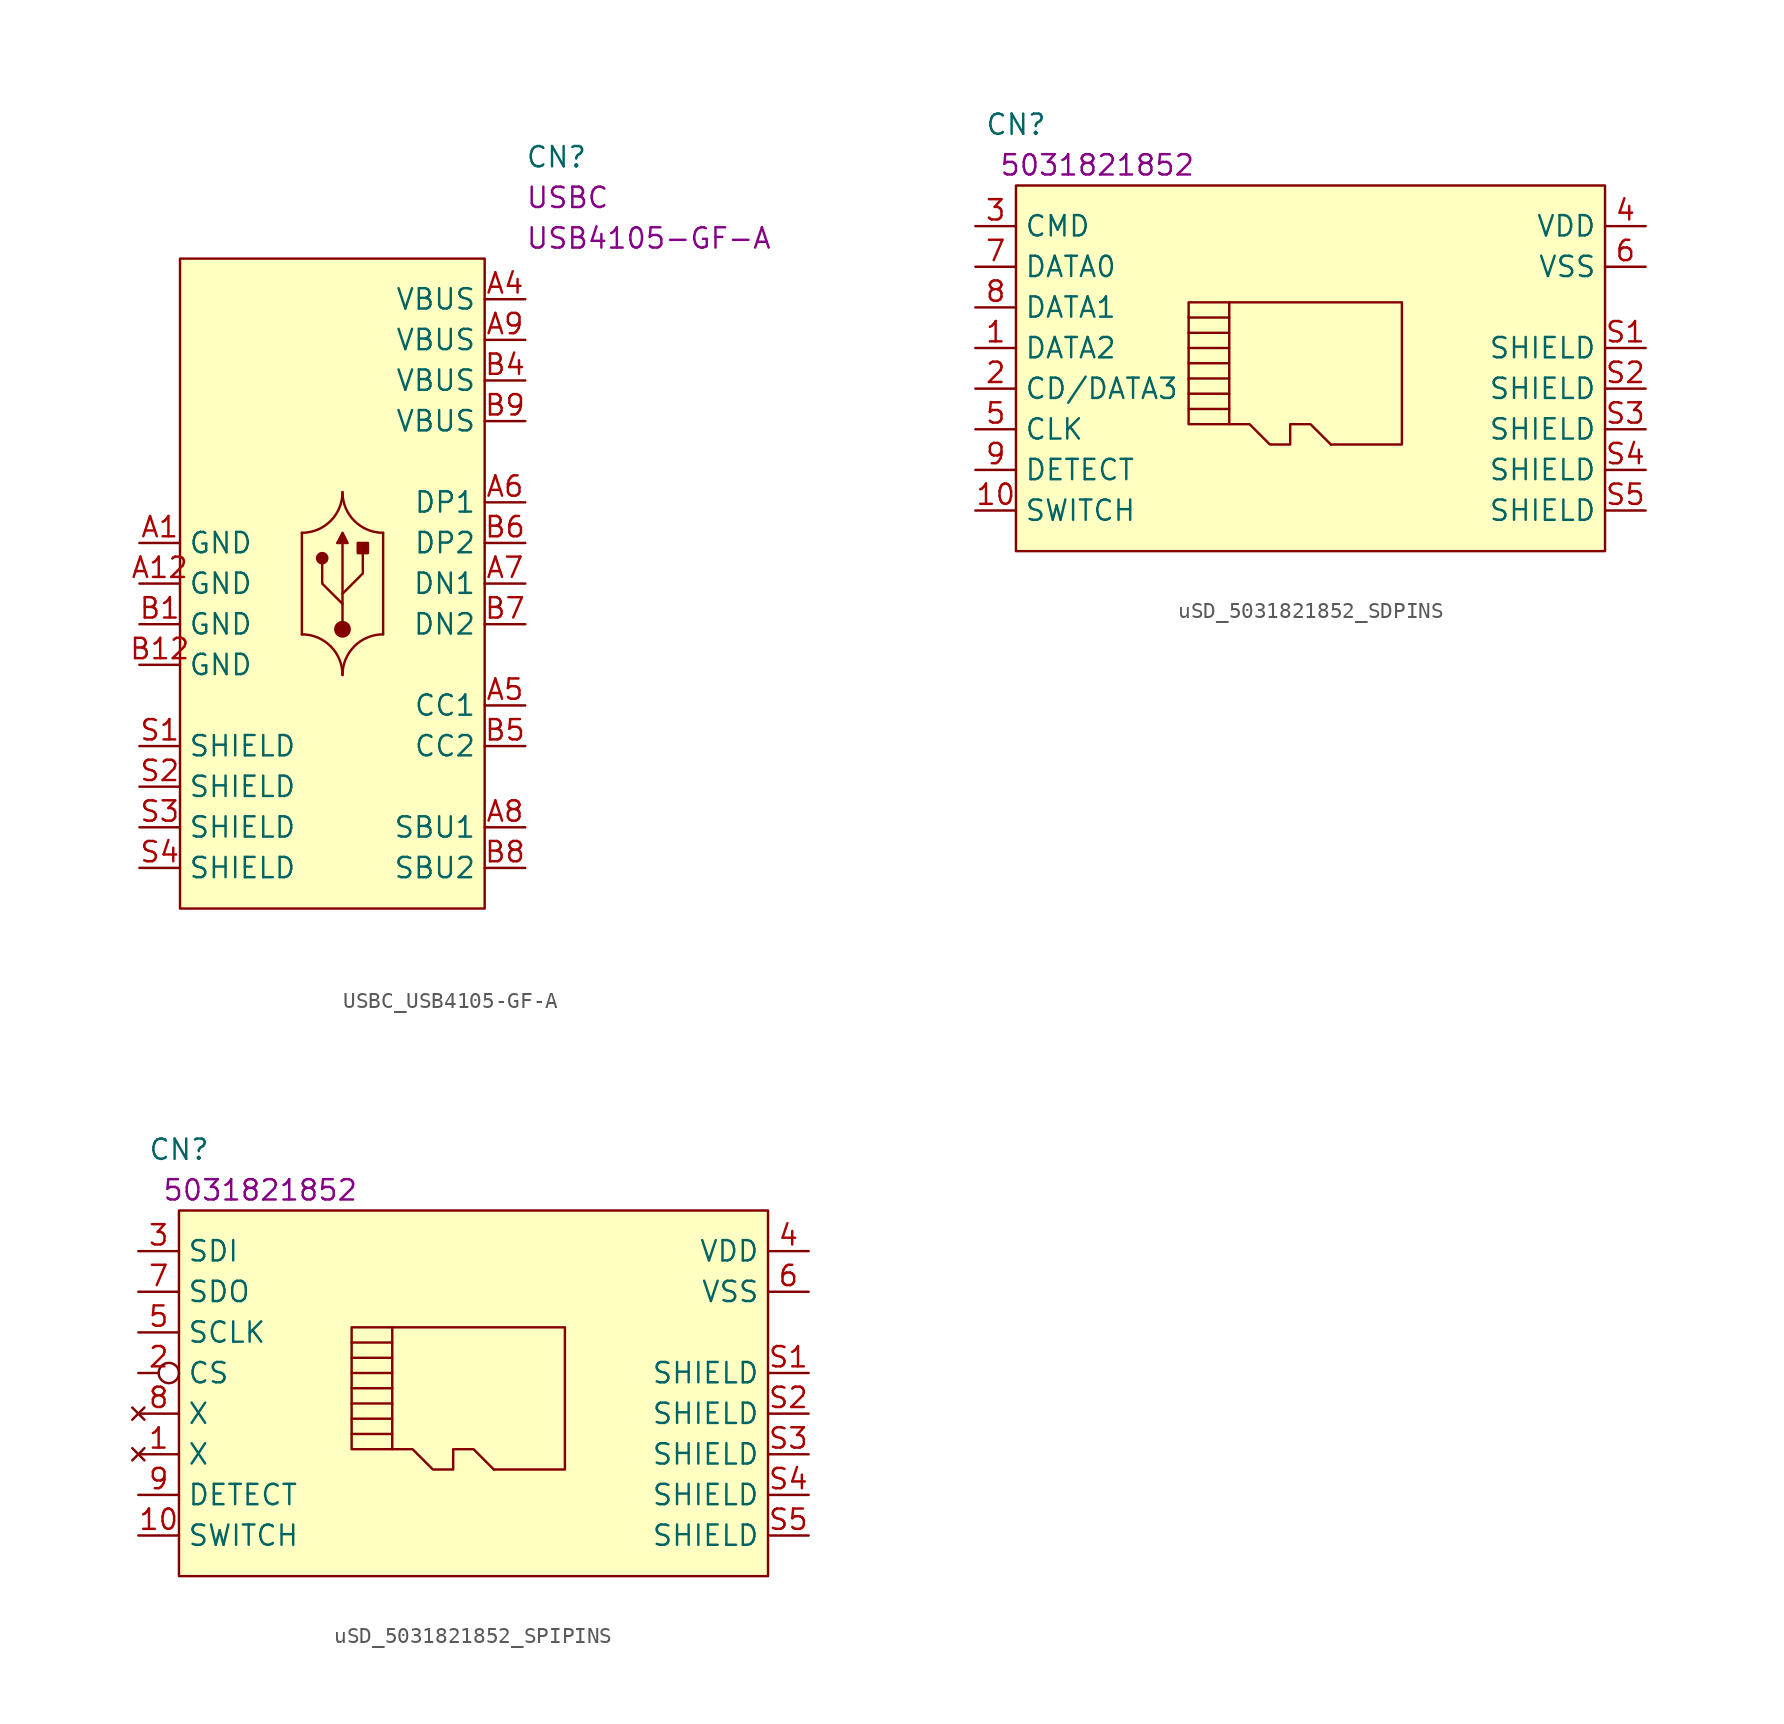
<source format=kicad_sym>
(kicad_symbol_lib
  (version 20211014)
  (generator kicad_symbol_editor)
  (symbol "USBC_USB4105-GF-A"
    (property "Reference" "CN"
      (at 0 8.89 0)
      (effects (font (size 1.27 1.27)) (justify left)))
    (property "P/N" "USB4105-GF-A"
      (at 0 3.81 0)
      (effects (font (size 1.27 1.27)) (justify left)))
    (property "Series" "USBC"
      (at 0 6.35 0)
      (effects (font (size 1.27 1.27)) (justify left)))
    (symbol "USBC_USB4105-GF-A_0_0"
      (pin passive line (at -24.13 -15.24 0) (length 2.54) (name "GND" (effects (font (size 1.27 1.27)))) (number "A1" (effects (font (size 1.27 1.27)))) (alternate "B" bidirectional line) (alternate "I" input line) (alternate "NC" no_connect line) (alternate "O" output line) (alternate "PI" power_in line) (alternate "PO" power_out line))
      (pin passive line (at -24.13 -17.78 0) (length 2.54) (name "GND" (effects (font (size 1.27 1.27)))) (number "A12" (effects (font (size 1.27 1.27)))))
      (pin power_out line (at 0 0 180) (length 2.54) (name "VBUS" (effects (font (size 1.27 1.27)))) (number "A4" (effects (font (size 1.27 1.27)))) (alternate "B" bidirectional line) (alternate "I" input line) (alternate "NC" no_connect line) (alternate "O" output line) (alternate "PI" power_in line) (alternate "PO" power_out line))
      (pin passive line (at 0 -25.4 180) (length 2.54) (name "CC1" (effects (font (size 1.27 1.27)))) (number "A5" (effects (font (size 1.27 1.27)))))
      (pin passive line (at 0 -12.7 180) (length 2.54) (name "DP1" (effects (font (size 1.27 1.27)))) (number "A6" (effects (font (size 1.27 1.27)))))
      (pin passive line (at 0 -17.78 180) (length 2.54) (name "DN1" (effects (font (size 1.27 1.27)))) (number "A7" (effects (font (size 1.27 1.27)))))
      (pin passive line (at 0 -33.02 180) (length 2.54) (name "SBU1" (effects (font (size 1.27 1.27)))) (number "A8" (effects (font (size 1.27 1.27)))))
      (pin power_out line (at 0 -2.54 180) (length 2.54) (name "VBUS" (effects (font (size 1.27 1.27)))) (number "A9" (effects (font (size 1.27 1.27)))))
      (pin passive line (at -24.13 -20.32 0) (length 2.54) (name "GND" (effects (font (size 1.27 1.27)))) (number "B1" (effects (font (size 1.27 1.27)))))
      (pin passive line (at -24.13 -22.86 0) (length 2.54) (name "GND" (effects (font (size 1.27 1.27)))) (number "B12" (effects (font (size 1.27 1.27)))))
      (pin power_out line (at 0 -5.08 180) (length 2.54) (name "VBUS" (effects (font (size 1.27 1.27)))) (number "B4" (effects (font (size 1.27 1.27)))))
      (pin passive line (at 0 -27.94 180) (length 2.54) (name "CC2" (effects (font (size 1.27 1.27)))) (number "B5" (effects (font (size 1.27 1.27)))))
      (pin passive line (at 0 -15.24 180) (length 2.54) (name "DP2" (effects (font (size 1.27 1.27)))) (number "B6" (effects (font (size 1.27 1.27)))))
      (pin passive line (at 0 -20.32 180) (length 2.54) (name "DN2" (effects (font (size 1.27 1.27)))) (number "B7" (effects (font (size 1.27 1.27)))))
      (pin passive line (at 0 -35.56 180) (length 2.54) (name "SBU2" (effects (font (size 1.27 1.27)))) (number "B8" (effects (font (size 1.27 1.27)))))
      (pin power_out line (at 0 -7.62 180) (length 2.54) (name "VBUS" (effects (font (size 1.27 1.27)))) (number "B9" (effects (font (size 1.27 1.27)))))
      (pin passive line (at -24.13 -27.94 0) (length 2.54) (name "SHIELD" (effects (font (size 1.27 1.27)))) (number "S1" (effects (font (size 1.27 1.27)))))
      (pin passive line (at -24.13 -30.48 0) (length 2.54) (name "SHIELD" (effects (font (size 1.27 1.27)))) (number "S2" (effects (font (size 1.27 1.27)))))
      (pin passive line (at -24.13 -33.02 0) (length 2.54) (name "SHIELD" (effects (font (size 1.27 1.27)))) (number "S3" (effects (font (size 1.27 1.27)))))
      (pin passive line (at -24.13 -35.56 0) (length 2.54) (name "SHIELD" (effects (font (size 1.27 1.27)))) (number "S4" (effects (font (size 1.27 1.27))))))
    (symbol "USBC_USB4105-GF-A_0_1"
      (rectangle (start -21.59 -38.1) (end -2.54 2.54) (stroke (width 0) (type default) (color 0 0 0 0)) (fill (type background)))
      (arc (start -13.97 -14.605) (mid -9.6339 -16.4011) (end -11.43 -12.065) (stroke (width 0) (type default) (color 0 0 0 0)) (fill (type none)))
      (circle (center -12.7 -16.192) (radius 0.318) (stroke (width 0) (type default) (color 0 0 0 0)) (fill (type outline)))
      (arc (start -11.43 -23.495) (mid -9.6339 -19.1589) (end -13.97 -20.955) (stroke (width 0) (type default) (color 0 0 0 0)) (fill (type none)))
      (circle (center -11.43 -20.637) (radius 0.449) (stroke (width 0) (type default) (color 0 0 0 0)) (fill (type outline)))
      (arc (start -11.43 -12.065) (mid -13.2261 -16.4011) (end -8.89 -14.605) (stroke (width 0) (type default) (color 0 0 0 0)) (fill (type none)))
      (rectangle (start -10.477 -15.24) (end -9.842 -15.875) (stroke (width 0) (type default) (color 0 0 0 0)) (fill (type outline)))
      (arc (start -8.89 -20.955) (mid -13.2261 -19.1589) (end -11.43 -23.495) (stroke (width 0) (type default) (color 0 0 0 0)) (fill (type none)))
      (polyline (pts (xy -13.97 -20.955) (xy -13.97 -14.605)) (stroke (width 0) (type default) (color 0 0 0 0)) (fill (type none)))
      (polyline (pts (xy -11.43 -15.24) (xy -11.748 -15.24)) (stroke (width 0) (type default) (color 0 0 0 0)) (fill (type none)))
      (polyline (pts (xy -11.43 -15.24) (xy -11.43 -20.32)) (stroke (width 0) (type default) (color 0 0 0 0)) (fill (type none)))
      (polyline (pts (xy -8.89 -20.955) (xy -8.89 -14.605)) (stroke (width 0) (type default) (color 0 0 0 0)) (fill (type none)))
      (polyline (pts (xy -11.43 -19.05) (xy -12.7 -17.78) (xy -12.7 -16.51)) (stroke (width 0) (type default) (color 0 0 0 0)) (fill (type none)))
      (polyline (pts (xy -11.43 -18.415) (xy -10.16 -17.145) (xy -10.16 -15.875)) (stroke (width 0) (type default) (color 0 0 0 0)) (fill (type none)))
      (polyline (pts (xy -11.43 -15.24) (xy -11.113 -15.24) (xy -11.43 -14.605) (xy -11.748 -15.24)) (stroke (width 0) (type default) (color 0 0 0 0)) (fill (type outline)))))
  (symbol "uSD_5031821852_SDPINS"
    (property "Reference" "CN"
      (at 2.54 6.35 0)
      (effects (font (size 1.27 1.27))))
    (property "P/N" "5031821852"
      (at 7.62 3.81 0)
      (effects (font (size 1.27 1.27))))
    (symbol "uSD_5031821852_SDPINS_0_0"
      (pin bidirectional line (at 0 -7.62 0) (length 2.54) (name "DATA2" (effects (font (size 1.27 1.27)))) (number "1" (effects (font (size 1.27 1.27)))))
      (pin passive line (at 0 -17.78 0) (length 2.54) (name "SWITCH" (effects (font (size 1.27 1.27)))) (number "10" (effects (font (size 1.27 1.27)))))
      (pin bidirectional line (at 0 -10.16 0) (length 2.54) (name "CD/DATA3" (effects (font (size 1.27 1.27)))) (number "2" (effects (font (size 1.27 1.27)))))
      (pin input line (at 0 0 0) (length 2.54) (name "CMD" (effects (font (size 1.27 1.27)))) (number "3" (effects (font (size 1.27 1.27)))))
      (pin power_in line (at 41.91 0 180) (length 2.54) (name "VDD" (effects (font (size 1.27 1.27)))) (number "4" (effects (font (size 1.27 1.27)))))
      (pin input line (at 0 -12.7 0) (length 2.54) (name "CLK" (effects (font (size 1.27 1.27)))) (number "5" (effects (font (size 1.27 1.27)))))
      (pin power_in line (at 41.91 -2.54 180) (length 2.54) (name "VSS" (effects (font (size 1.27 1.27)))) (number "6" (effects (font (size 1.27 1.27)))))
      (pin bidirectional line (at 0 -2.54 0) (length 2.54) (name "DATA0" (effects (font (size 1.27 1.27)))) (number "7" (effects (font (size 1.27 1.27)))))
      (pin bidirectional line (at 0 -5.08 0) (length 2.54) (name "DATA1" (effects (font (size 1.27 1.27)))) (number "8" (effects (font (size 1.27 1.27)))))
      (pin passive line (at 0 -15.24 0) (length 2.54) (name "DETECT" (effects (font (size 1.27 1.27)))) (number "9" (effects (font (size 1.27 1.27)))))
      (pin passive line (at 41.91 -7.62 180) (length 2.54) (name "SHIELD" (effects (font (size 1.27 1.27)))) (number "S1" (effects (font (size 1.27 1.27)))))
      (pin passive line (at 41.91 -10.16 180) (length 2.54) (name "SHIELD" (effects (font (size 1.27 1.27)))) (number "S2" (effects (font (size 1.27 1.27)))))
      (pin passive line (at 41.91 -12.7 180) (length 2.54) (name "SHIELD" (effects (font (size 1.27 1.27)))) (number "S3" (effects (font (size 1.27 1.27)))))
      (pin passive line (at 41.91 -15.24 180) (length 2.54) (name "SHIELD" (effects (font (size 1.27 1.27)))) (number "S4" (effects (font (size 1.27 1.27)))))
      (pin passive line (at 41.91 -17.78 180) (length 2.54) (name "SHIELD" (effects (font (size 1.27 1.27)))) (number "S5" (effects (font (size 1.27 1.27))))))
    (symbol "uSD_5031821852_SDPINS_0_1"
      (polyline (pts (xy 13.335 -11.43) (xy 15.875 -11.43)) (stroke (width 0) (type default) (color 0 0 0 0)) (fill (type none)))
      (polyline (pts (xy 13.335 -10.477) (xy 15.875 -10.477)) (stroke (width 0) (type default) (color 0 0 0 0)) (fill (type none)))
      (polyline (pts (xy 13.335 -9.525) (xy 15.875 -9.525)) (stroke (width 0) (type default) (color 0 0 0 0)) (fill (type none)))
      (polyline (pts (xy 13.335 -8.572) (xy 15.875 -8.572)) (stroke (width 0) (type default) (color 0 0 0 0)) (fill (type none)))
      (polyline (pts (xy 13.335 -7.62) (xy 15.875 -7.62)) (stroke (width 0) (type default) (color 0 0 0 0)) (fill (type none)))
      (polyline (pts (xy 13.335 -6.668) (xy 15.875 -6.668)) (stroke (width 0) (type default) (color 0 0 0 0)) (fill (type none)))
      (polyline (pts (xy 13.335 -5.715) (xy 15.875 -5.715)) (stroke (width 0) (type default) (color 0 0 0 0)) (fill (type none)))
      (polyline (pts (xy 22.225 -13.652) (xy 26.67 -13.652) (xy 26.67 -4.763) (xy 15.875 -4.763)) (stroke (width 0) (type default) (color 0 0 0 0)) (fill (type none)))
      (polyline (pts (xy 15.875 -12.383) (xy 17.145 -12.383) (xy 18.415 -13.652) (xy 19.685 -13.652) (xy 19.685 -12.383) (xy 20.955 -12.383) (xy 22.225 -13.652)) (stroke (width 0) (type default) (color 0 0 0 0)) (fill (type none)))
      (rectangle (start 2.54 2.54) (end 39.37 -20.32) (stroke (width 0) (type default) (color 0 0 0 0)) (fill (type background)))
      (rectangle (start 13.335 -4.763) (end 15.875 -12.383) (stroke (width 0) (type default) (color 0 0 0 0)) (fill (type none)))))
  (symbol "uSD_5031821852_SPIPINS"
    (property "Reference" "CN"
      (at 2.54 6.35 0)
      (effects (font (size 1.27 1.27))))
    (property "P/N" "5031821852"
      (at 7.62 3.81 0)
      (effects (font (size 1.27 1.27))))
    (symbol "uSD_5031821852_SPIPINS_0_0"
      (pin no_connect line (at 0 -12.7 0) (length 2.54) (name "X" (effects (font (size 1.27 1.27)))) (number "1" (effects (font (size 1.27 1.27)))))
      (pin passive line (at 0 -17.78 0) (length 2.54) (name "SWITCH" (effects (font (size 1.27 1.27)))) (number "10" (effects (font (size 1.27 1.27)))))
      (pin input inverted (at 0 -7.62 0) (length 2.54) (name "CS" (effects (font (size 1.27 1.27)))) (number "2" (effects (font (size 1.27 1.27)))))
      (pin input line (at 0 0 0) (length 2.54) (name "SDI" (effects (font (size 1.27 1.27)))) (number "3" (effects (font (size 1.27 1.27)))))
      (pin power_in line (at 41.91 0 180) (length 2.54) (name "VDD" (effects (font (size 1.27 1.27)))) (number "4" (effects (font (size 1.27 1.27)))))
      (pin input line (at 0 -5.08 0) (length 2.54) (name "SCLK" (effects (font (size 1.27 1.27)))) (number "5" (effects (font (size 1.27 1.27)))))
      (pin power_in line (at 41.91 -2.54 180) (length 2.54) (name "VSS" (effects (font (size 1.27 1.27)))) (number "6" (effects (font (size 1.27 1.27)))))
      (pin output line (at 0 -2.54 0) (length 2.54) (name "SDO" (effects (font (size 1.27 1.27)))) (number "7" (effects (font (size 1.27 1.27)))))
      (pin no_connect line (at 0 -10.16 0) (length 2.54) (name "X" (effects (font (size 1.27 1.27)))) (number "8" (effects (font (size 1.27 1.27)))))
      (pin passive line (at 0 -15.24 0) (length 2.54) (name "DETECT" (effects (font (size 1.27 1.27)))) (number "9" (effects (font (size 1.27 1.27)))))
      (pin passive line (at 41.91 -7.62 180) (length 2.54) (name "SHIELD" (effects (font (size 1.27 1.27)))) (number "S1" (effects (font (size 1.27 1.27)))))
      (pin passive line (at 41.91 -10.16 180) (length 2.54) (name "SHIELD" (effects (font (size 1.27 1.27)))) (number "S2" (effects (font (size 1.27 1.27)))))
      (pin passive line (at 41.91 -12.7 180) (length 2.54) (name "SHIELD" (effects (font (size 1.27 1.27)))) (number "S3" (effects (font (size 1.27 1.27)))))
      (pin passive line (at 41.91 -15.24 180) (length 2.54) (name "SHIELD" (effects (font (size 1.27 1.27)))) (number "S4" (effects (font (size 1.27 1.27)))))
      (pin passive line (at 41.91 -17.78 180) (length 2.54) (name "SHIELD" (effects (font (size 1.27 1.27)))) (number "S5" (effects (font (size 1.27 1.27))))))
    (symbol "uSD_5031821852_SPIPINS_0_1"
      (polyline (pts (xy 13.335 -11.43) (xy 15.875 -11.43)) (stroke (width 0) (type default) (color 0 0 0 0)) (fill (type none)))
      (polyline (pts (xy 13.335 -10.477) (xy 15.875 -10.477)) (stroke (width 0) (type default) (color 0 0 0 0)) (fill (type none)))
      (polyline (pts (xy 13.335 -9.525) (xy 15.875 -9.525)) (stroke (width 0) (type default) (color 0 0 0 0)) (fill (type none)))
      (polyline (pts (xy 13.335 -8.572) (xy 15.875 -8.572)) (stroke (width 0) (type default) (color 0 0 0 0)) (fill (type none)))
      (polyline (pts (xy 13.335 -7.62) (xy 15.875 -7.62)) (stroke (width 0) (type default) (color 0 0 0 0)) (fill (type none)))
      (polyline (pts (xy 13.335 -6.668) (xy 15.875 -6.668)) (stroke (width 0) (type default) (color 0 0 0 0)) (fill (type none)))
      (polyline (pts (xy 13.335 -5.715) (xy 15.875 -5.715)) (stroke (width 0) (type default) (color 0 0 0 0)) (fill (type none)))
      (polyline (pts (xy 22.225 -13.652) (xy 26.67 -13.652) (xy 26.67 -4.763) (xy 15.875 -4.763)) (stroke (width 0) (type default) (color 0 0 0 0)) (fill (type none)))
      (polyline (pts (xy 15.875 -12.383) (xy 17.145 -12.383) (xy 18.415 -13.652) (xy 19.685 -13.652) (xy 19.685 -12.383) (xy 20.955 -12.383) (xy 22.225 -13.652)) (stroke (width 0) (type default) (color 0 0 0 0)) (fill (type none)))
      (rectangle (start 2.54 2.54) (end 39.37 -20.32) (stroke (width 0) (type default) (color 0 0 0 0)) (fill (type background)))
      (rectangle (start 13.335 -4.763) (end 15.875 -12.383) (stroke (width 0) (type default) (color 0 0 0 0)) (fill (type none))))))
</source>
